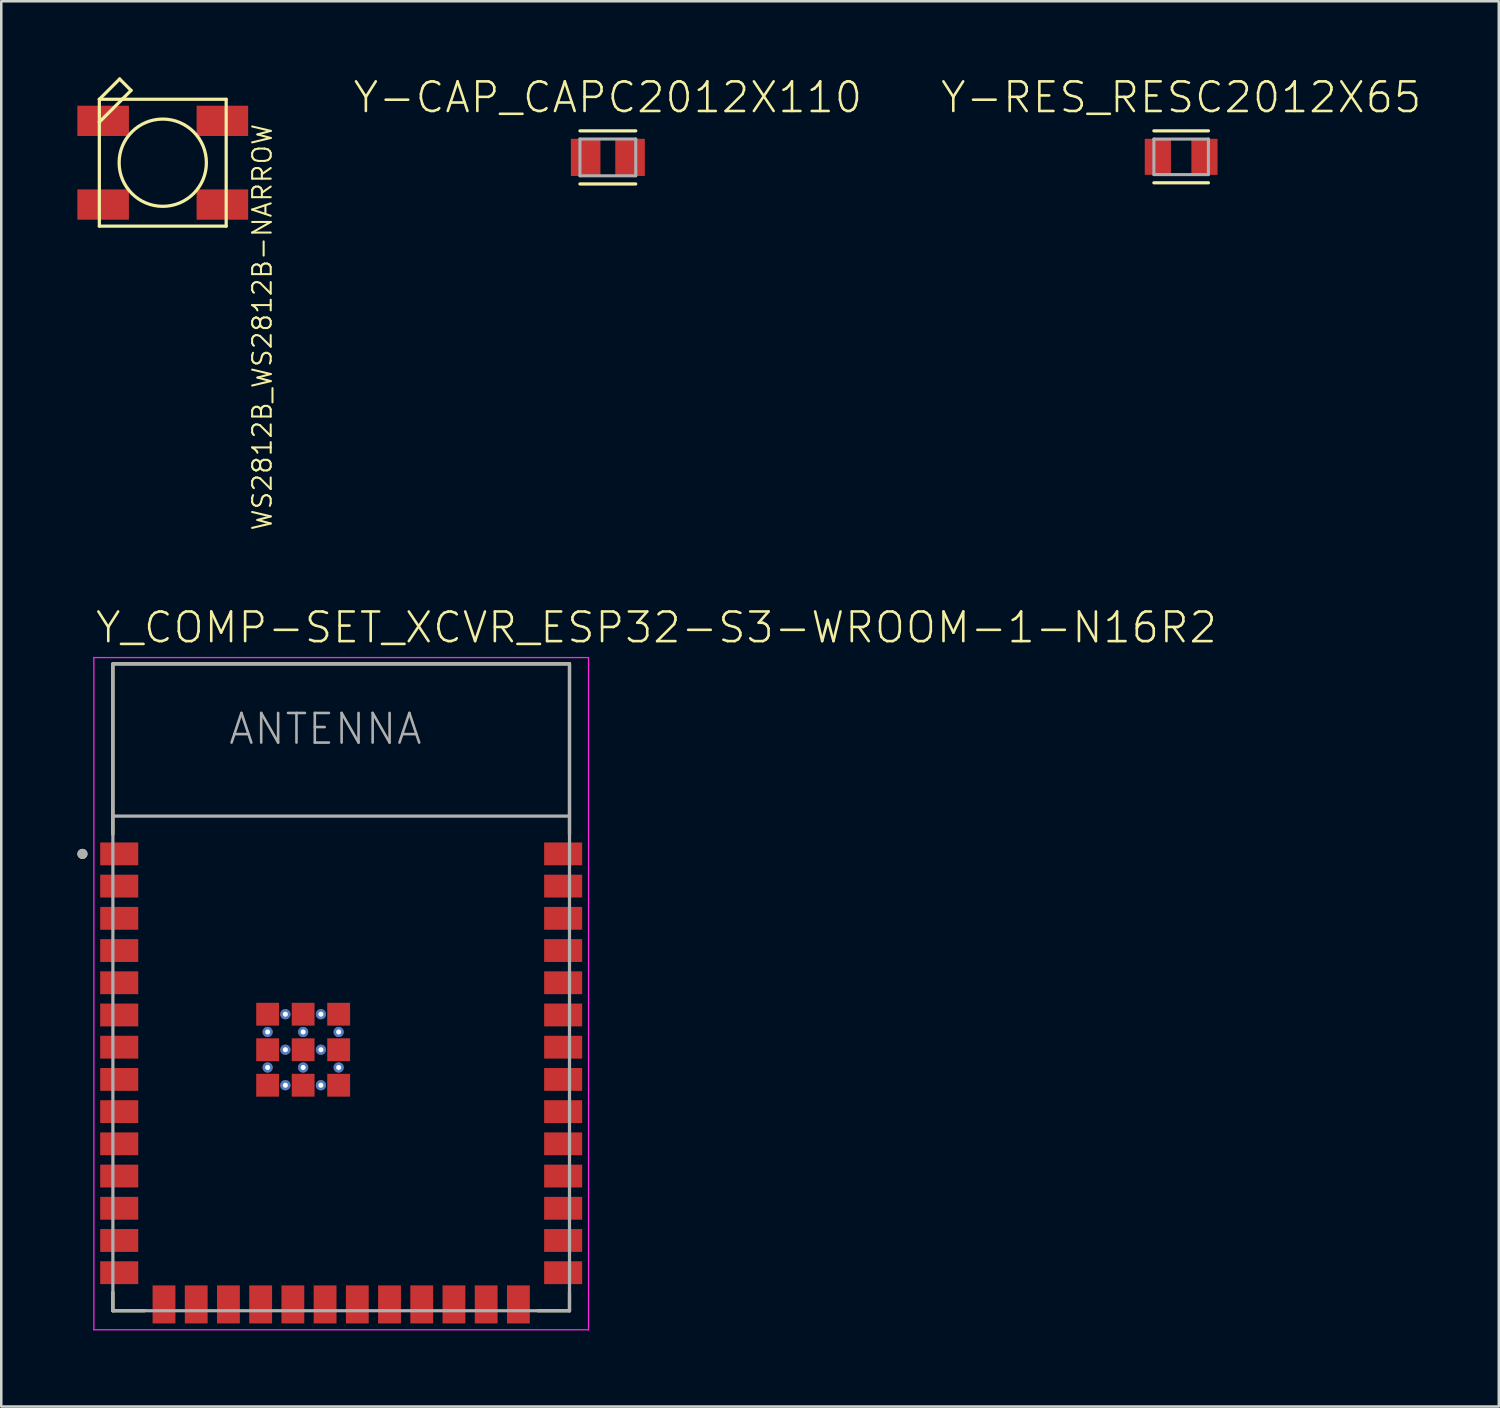
<source format=kicad_pcb>
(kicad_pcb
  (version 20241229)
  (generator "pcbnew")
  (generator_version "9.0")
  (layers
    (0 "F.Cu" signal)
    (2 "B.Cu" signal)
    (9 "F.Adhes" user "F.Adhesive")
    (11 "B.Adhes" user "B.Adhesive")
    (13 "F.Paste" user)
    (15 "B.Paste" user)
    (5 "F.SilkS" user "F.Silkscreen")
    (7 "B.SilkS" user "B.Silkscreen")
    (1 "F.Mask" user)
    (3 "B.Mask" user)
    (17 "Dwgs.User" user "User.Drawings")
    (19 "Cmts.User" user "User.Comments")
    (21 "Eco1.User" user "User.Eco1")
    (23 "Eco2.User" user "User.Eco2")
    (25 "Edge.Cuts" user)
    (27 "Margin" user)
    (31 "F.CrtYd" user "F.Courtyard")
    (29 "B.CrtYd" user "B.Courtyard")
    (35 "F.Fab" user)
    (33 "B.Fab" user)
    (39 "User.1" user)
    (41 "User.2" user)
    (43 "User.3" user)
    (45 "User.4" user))
  (footprint "Y_COMP-SET_XCVR_ESP32-S3-WROOM-1-N16R2"
    (layer "F.Cu")
    (at 10.4 35.871)
    (property "Reference" "Y_COMP-SET_XCVR_ESP32-S3-WROOM-1-N16R2" (at -9.75 -13.5 0) (unlocked yes) (layer "F.SilkS") (effects (font (size 1.168 1.168) (thickness 0.102)) (justify left bottom)))
    (fp_line (start -9 -12.75) (end 9 -12.75) (stroke (width 0.127) (type solid)) (layer "F.SilkS"))
    (fp_line (start -9 -6.03) (end -9 -12.75) (stroke (width 0.127) (type solid)) (layer "F.SilkS"))
    (fp_line (start -9 12.02) (end -9 12.75) (stroke (width 0.127) (type solid)) (layer "F.SilkS"))
    (fp_line (start -9 12.75) (end -7.755 12.75) (stroke (width 0.127) (type solid)) (layer "F.SilkS"))
    (fp_line (start 9 -12.75) (end 9 -6.03) (stroke (width 0.127) (type solid)) (layer "F.SilkS"))
    (fp_line (start 9 12.02) (end 9 12.75) (stroke (width 0.127) (type solid)) (layer "F.SilkS"))
    (fp_line (start 9 12.75) (end 7.755 12.75) (stroke (width 0.127) (type solid)) (layer "F.SilkS"))
    (fp_circle (center -10.2 -5.26) (end -10.1 -5.26) (stroke (width 0.2) (type solid)) (fill no) (layer "F.SilkS"))
    (fp_line (start -9.75 -13) (end 9.75 -13) (stroke (width 0.05) (type solid)) (layer "F.CrtYd"))
    (fp_line (start -9.75 13.5) (end -9.75 -13) (stroke (width 0.05) (type solid)) (layer "F.CrtYd"))
    (fp_line (start -9.75 13.5) (end 9.75 13.5) (stroke (width 0.05) (type solid)) (layer "F.CrtYd"))
    (fp_line (start 9.75 -13) (end 9.75 13.5) (stroke (width 0.05) (type solid)) (layer "F.CrtYd"))
    (fp_line (start -9 -12.75) (end 9 -12.75) (stroke (width 0.127) (type solid)) (layer "F.Fab"))
    (fp_line (start -9 -6.75) (end -9 -12.75) (stroke (width 0.127) (type solid)) (layer "F.Fab"))
    (fp_line (start -9 -6.75) (end 9 -6.75) (stroke (width 0.127) (type solid)) (layer "F.Fab"))
    (fp_line (start -9 12.75) (end -9 -6.75) (stroke (width 0.127) (type solid)) (layer "F.Fab"))
    (fp_line (start 9 -12.75) (end 9 -6.75) (stroke (width 0.127) (type solid)) (layer "F.Fab"))
    (fp_line (start 9 -6.75) (end 9 12.75) (stroke (width 0.127) (type solid)) (layer "F.Fab"))
    (fp_line (start 9 12.75) (end -9 12.75) (stroke (width 0.127) (type solid)) (layer "F.Fab"))
    (fp_circle (center -10.2 -5.26) (end -10.1 -5.26) (stroke (width 0.2) (type solid)) (fill no) (layer "F.Fab"))
    (fp_text user "ANTENNA" (at -4.5 -9.5 0) (unlocked yes) (layer "F.Fab") (effects (font (size 1.168 1.168) (thickness 0.102)) (justify left bottom)))
    (pad "1" smd rect (at -8.75 -5.26) (size 1.5 0.9) (layers "F.Cu" "F.Mask" "F.Paste"))
    (pad "2" smd rect (at -8.75 -3.99) (size 1.5 0.9) (layers "F.Cu" "F.Mask" "F.Paste"))
    (pad "3" smd rect (at -8.75 -2.72) (size 1.5 0.9) (layers "F.Cu" "F.Mask" "F.Paste"))
    (pad "4" smd rect (at -8.75 -1.45) (size 1.5 0.9) (layers "F.Cu" "F.Mask" "F.Paste"))
    (pad "5" smd rect (at -8.75 -0.18) (size 1.5 0.9) (layers "F.Cu" "F.Mask" "F.Paste"))
    (pad "6" smd rect (at -8.75 1.09) (size 1.5 0.9) (layers "F.Cu" "F.Mask" "F.Paste"))
    (pad "7" smd rect (at -8.75 2.36) (size 1.5 0.9) (layers "F.Cu" "F.Mask" "F.Paste"))
    (pad "8" smd rect (at -8.75 3.63) (size 1.5 0.9) (layers "F.Cu" "F.Mask" "F.Paste"))
    (pad "9" smd rect (at -8.75 4.9) (size 1.5 0.9) (layers "F.Cu" "F.Mask" "F.Paste"))
    (pad "10" smd rect (at -8.75 6.17) (size 1.5 0.9) (layers "F.Cu" "F.Mask" "F.Paste"))
    (pad "11" smd rect (at -8.75 7.44) (size 1.5 0.9) (layers "F.Cu" "F.Mask" "F.Paste"))
    (pad "12" smd rect (at -8.75 8.71) (size 1.5 0.9) (layers "F.Cu" "F.Mask" "F.Paste"))
    (pad "13" smd rect (at -8.75 9.98) (size 1.5 0.9) (layers "F.Cu" "F.Mask" "F.Paste"))
    (pad "14" smd rect (at -8.75 11.25) (size 1.5 0.9) (layers "F.Cu" "F.Mask" "F.Paste"))
    (pad "15" smd rect (at -6.985 12.5) (size 0.9 1.5) (layers "F.Cu" "F.Mask" "F.Paste"))
    (pad "16" smd rect (at -5.715 12.5) (size 0.9 1.5) (layers "F.Cu" "F.Mask" "F.Paste"))
    (pad "17" smd rect (at -4.445 12.5) (size 0.9 1.5) (layers "F.Cu" "F.Mask" "F.Paste"))
    (pad "18" smd rect (at -3.175 12.5) (size 0.9 1.5) (layers "F.Cu" "F.Mask" "F.Paste"))
    (pad "19" smd rect (at -1.905 12.5) (size 0.9 1.5) (layers "F.Cu" "F.Mask" "F.Paste"))
    (pad "20" smd rect (at -0.635 12.5) (size 0.9 1.5) (layers "F.Cu" "F.Mask" "F.Paste"))
    (pad "21" smd rect (at 0.635 12.5) (size 0.9 1.5) (layers "F.Cu" "F.Mask" "F.Paste"))
    (pad "22" smd rect (at 1.905 12.5) (size 0.9 1.5) (layers "F.Cu" "F.Mask" "F.Paste"))
    (pad "23" smd rect (at 3.175 12.5) (size 0.9 1.5) (layers "F.Cu" "F.Mask" "F.Paste"))
    (pad "24" smd rect (at 4.445 12.5) (size 0.9 1.5) (layers "F.Cu" "F.Mask" "F.Paste"))
    (pad "25" smd rect (at 5.715 12.5) (size 0.9 1.5) (layers "F.Cu" "F.Mask" "F.Paste"))
    (pad "26" smd rect (at 6.985 12.5) (size 0.9 1.5) (layers "F.Cu" "F.Mask" "F.Paste"))
    (pad "27" smd rect (at 8.75 11.25) (size 1.5 0.9) (layers "F.Cu" "F.Mask" "F.Paste"))
    (pad "28" smd rect (at 8.75 9.98) (size 1.5 0.9) (layers "F.Cu" "F.Mask" "F.Paste"))
    (pad "29" smd rect (at 8.75 8.71) (size 1.5 0.9) (layers "F.Cu" "F.Mask" "F.Paste"))
    (pad "30" smd rect (at 8.75 7.44) (size 1.5 0.9) (layers "F.Cu" "F.Mask" "F.Paste"))
    (pad "31" smd rect (at 8.75 6.17) (size 1.5 0.9) (layers "F.Cu" "F.Mask" "F.Paste"))
    (pad "32" smd rect (at 8.75 4.9) (size 1.5 0.9) (layers "F.Cu" "F.Mask" "F.Paste"))
    (pad "33" smd rect (at 8.75 3.63) (size 1.5 0.9) (layers "F.Cu" "F.Mask" "F.Paste"))
    (pad "34" smd rect (at 8.75 2.36) (size 1.5 0.9) (layers "F.Cu" "F.Mask" "F.Paste"))
    (pad "35" smd rect (at 8.75 1.09) (size 1.5 0.9) (layers "F.Cu" "F.Mask" "F.Paste"))
    (pad "36" smd rect (at 8.75 -0.18) (size 1.5 0.9) (layers "F.Cu" "F.Mask" "F.Paste"))
    (pad "37" smd rect (at 8.75 -1.45) (size 1.5 0.9) (layers "F.Cu" "F.Mask" "F.Paste"))
    (pad "38" smd rect (at 8.75 -2.72) (size 1.5 0.9) (layers "F.Cu" "F.Mask" "F.Paste"))
    (pad "39" smd rect (at 8.75 -3.99) (size 1.5 0.9) (layers "F.Cu" "F.Mask" "F.Paste"))
    (pad "40" smd rect (at 8.75 -5.26) (size 1.5 0.9) (layers "F.Cu" "F.Mask" "F.Paste"))
    (pad "41_1" smd rect (at -1.5 2.46) (size 0.9 0.9) (layers "F.Cu" "F.Mask" "F.Paste"))
    (pad "41_2" smd rect (at -2.9 2.46) (size 0.9 0.9) (layers "F.Cu" "F.Mask" "F.Paste"))
    (pad "41_3" smd rect (at -0.1 2.46) (size 0.9 0.9) (layers "F.Cu" "F.Mask" "F.Paste"))
    (pad "41_4" smd rect (at -2.9 3.86) (size 0.9 0.9) (layers "F.Cu" "F.Mask" "F.Paste"))
    (pad "41_5" smd rect (at -1.5 3.86) (size 0.9 0.9) (layers "F.Cu" "F.Mask" "F.Paste"))
    (pad "41_6" smd rect (at -0.1 3.86) (size 0.9 0.9) (layers "F.Cu" "F.Mask" "F.Paste"))
    (pad "41_7" smd rect (at -2.9 1.06) (size 0.9 0.9) (layers "F.Cu" "F.Mask" "F.Paste"))
    (pad "41_8" smd rect (at -1.5 1.06) (size 0.9 0.9) (layers "F.Cu" "F.Mask" "F.Paste"))
    (pad "41_9" smd rect (at -0.1 1.06) (size 0.9 0.9) (layers "F.Cu" "F.Mask" "F.Paste"))
    (pad "41_10" thru_hole circle (at -1.5 1.76) (size 0.4 0.4) (drill 0.2) (layers "*.Cu"))
    (pad "41_11" thru_hole circle (at -2.9 1.76) (size 0.4 0.4) (drill 0.2) (layers "*.Cu"))
    (pad "41_12" thru_hole circle (at -0.1 1.76) (size 0.4 0.4) (drill 0.2) (layers "*.Cu"))
    (pad "41_13" thru_hole circle (at -2.9 3.16) (size 0.4 0.4) (drill 0.2) (layers "*.Cu"))
    (pad "41_14" thru_hole circle (at -1.5 3.16) (size 0.4 0.4) (drill 0.2) (layers "*.Cu"))
    (pad "41_15" thru_hole circle (at -0.1 3.16) (size 0.4 0.4) (drill 0.2) (layers "*.Cu"))
    (pad "41_16" thru_hole circle (at -2.2 1.06) (size 0.4 0.4) (drill 0.2) (layers "*.Cu"))
    (pad "41_17" thru_hole circle (at -0.8 1.06) (size 0.4 0.4) (drill 0.2) (layers "*.Cu"))
    (pad "41_18" thru_hole circle (at -2.2 2.46) (size 0.4 0.4) (drill 0.2) (layers "*.Cu"))
    (pad "41_19" thru_hole circle (at -0.8 2.46) (size 0.4 0.4) (drill 0.2) (layers "*.Cu"))
    (pad "41_20" thru_hole circle (at -2.2 3.86) (size 0.4 0.4) (drill 0.2) (layers "*.Cu"))
    (pad "41_21" thru_hole circle (at -0.8 3.86) (size 0.4 0.4) (drill 0.2) (layers "*.Cu"))
    (zone (net_name "") (layer "F.Cu") (hatch edge 0.5) (connect_pads) (min_thickness 0.25) (filled_areas_thickness no) (keepout (tracks not_allowed) (vias not_allowed) (pads not_allowed) (copperpour not_allowed) (footprints allowed)) (placement (enabled no)) (fill) (polygon (pts (xy 1.4 29.121) (xy 19.4 29.121) (xy 19.4 23.121) (xy 1.4 23.121))))
    (zone (net_name "") (layers "F.Cu" "B.Cu") (hatch edge 0.5) (connect_pads) (min_thickness 0.25) (filled_areas_thickness no) (keepout (tracks allowed) (vias not_allowed) (pads allowed) (copperpour allowed) (footprints allowed)) (placement (enabled no)) (fill) (polygon (pts (xy 1.4 29.121) (xy 19.4 29.121) (xy 19.4 23.121) (xy 1.4 23.121))))
    (zone (net_name "") (layer "B.Cu") (hatch edge 0.5) (connect_pads) (min_thickness 0.25) (filled_areas_thickness no) (keepout (tracks not_allowed) (vias not_allowed) (pads not_allowed) (copperpour not_allowed) (footprints allowed)) (placement (enabled no)) (fill) (polygon (pts (xy 1.4 29.121) (xy 19.4 29.121) (xy 19.4 23.121) (xy 1.4 23.121)))))
  (footprint "WS2812B_WS2812B-NARROW"
    (layer "F.Cu")
    (at 3.366 3.364)
    (property "Reference" "WS2812B_WS2812B-NARROW" (at 3.493 -1.587 90) (unlocked yes) (layer "F.SilkS") (effects (font (size 0.732 0.732) (thickness 0.081)) (justify right top)))
    (fp_line (start -2.5 -2.5) (end -1.6 -2.5) (stroke (width 0.127) (type solid)) (layer "F.SilkS"))
    (fp_line (start -2.5 -1.6) (end -2.5 -2.5) (stroke (width 0.127) (type solid)) (layer "F.SilkS"))
    (fp_line (start -2.5 -1.6) (end -1.6 -2.5) (stroke (width 0.127) (type solid)) (layer "F.SilkS"))
    (fp_line (start -2.5 2.5) (end -2.5 -1.6) (stroke (width 0.127) (type solid)) (layer "F.SilkS"))
    (fp_line (start -1.7 -3.3) (end -2.5 -2.5) (stroke (width 0.127) (type solid)) (layer "F.SilkS"))
    (fp_line (start -1.6 -2.5) (end -1.25 -2.85) (stroke (width 0.127) (type solid)) (layer "F.SilkS"))
    (fp_line (start -1.6 -2.5) (end 2.5 -2.5) (stroke (width 0.127) (type solid)) (layer "F.SilkS"))
    (fp_line (start -1.25 -2.85) (end -1.7 -3.3) (stroke (width 0.127) (type solid)) (layer "F.SilkS"))
    (fp_line (start 2.5 -2.5) (end 2.5 2.5) (stroke (width 0.127) (type solid)) (layer "F.SilkS"))
    (fp_line (start 2.5 2.5) (end -2.5 2.5) (stroke (width 0.127) (type solid)) (layer "F.SilkS"))
    (fp_circle (center 0 0) (end 1.72 0) (stroke (width 0.127) (type solid)) (fill no) (layer "F.SilkS"))
    (pad "1-VDD" smd rect (at 2.35 1.65 180) (size 2.032 1.194) (layers "F.Cu" "F.Mask" "F.Paste"))
    (pad "2-DOUT" smd rect (at 2.35 -1.65 180) (size 2.032 1.194) (layers "F.Cu" "F.Mask" "F.Paste"))
    (pad "3-GND" smd rect (at -2.35 -1.65 180) (size 2.032 1.194) (layers "F.Cu" "F.Mask" "F.Paste"))
    (pad "4-DIN" smd rect (at -2.35 1.65 180) (size 2.032 1.194) (layers "F.Cu" "F.Mask" "F.Paste")))
  (footprint "Y-RES_RESC2012X65"
    (layer "F.Cu")
    (at 43.512 3.132)
    (property "Reference" "Y-RES_RESC2012X65" (at 0 -1.659 0) (unlocked yes) (layer "F.SilkS") (effects (font (size 1.168 1.168) (thickness 0.102)) (justify bottom)))
    (fp_line (start 1.075 -1.024) (end -1.075 -1.024) (stroke (width 0.127) (type solid)) (layer "F.SilkS"))
    (fp_line (start 1.075 1.024) (end -1.075 1.024) (stroke (width 0.127) (type solid)) (layer "F.SilkS"))
    (fp_line (start -1.075 -0.7) (end 1.075 -0.7) (stroke (width 0.12) (type solid)) (layer "F.Fab"))
    (fp_line (start -1.075 0.7) (end -1.075 -0.7) (stroke (width 0.12) (type solid)) (layer "F.Fab"))
    (fp_line (start 1.075 -0.7) (end 1.075 0.7) (stroke (width 0.12) (type solid)) (layer "F.Fab"))
    (fp_line (start 1.075 0.7) (end -1.075 0.7) (stroke (width 0.12) (type solid)) (layer "F.Fab"))
    (pad "1" smd rect (at -0.919 0) (size 1.031 1.42) (layers "F.Cu" "F.Mask" "F.Paste"))
    (pad "2" smd rect (at 0.919 0) (size 1.031 1.42) (layers "F.Cu" "F.Mask" "F.Paste")))
  (footprint "Y-CAP_CAPC2012X110"
    (layer "F.Cu")
    (at 20.912 3.155)
    (property "Reference" "Y-CAP_CAPC2012X110" (at 0 -1.682 0) (unlocked yes) (layer "F.SilkS") (effects (font (size 1.168 1.168) (thickness 0.102)) (justify bottom)))
    (fp_line (start 1.1 -1.047) (end -1.1 -1.047) (stroke (width 0.127) (type solid)) (layer "F.SilkS"))
    (fp_line (start 1.1 1.047) (end -1.1 1.047) (stroke (width 0.127) (type solid)) (layer "F.SilkS"))
    (fp_line (start -1.1 -0.725) (end 1.1 -0.725) (stroke (width 0.12) (type solid)) (layer "F.Fab"))
    (fp_line (start -1.1 0.725) (end -1.1 -0.725) (stroke (width 0.12) (type solid)) (layer "F.Fab"))
    (fp_line (start 1.1 -0.725) (end 1.1 0.725) (stroke (width 0.12) (type solid)) (layer "F.Fab"))
    (fp_line (start 1.1 0.725) (end -1.1 0.725) (stroke (width 0.12) (type solid)) (layer "F.Fab"))
    (pad "1" smd rect (at -0.875 0) (size 1.165 1.465) (layers "F.Cu" "F.Mask" "F.Paste"))
    (pad "2" smd rect (at 0.875 0) (size 1.165 1.465) (layers "F.Cu" "F.Mask" "F.Paste")))
  (gr_rect
    (start -3 -3)
    (end 56.034 52.396)
    (stroke (width 0.1) (type default))
    (fill no)
    (layer "Edge.Cuts")))
</source>
